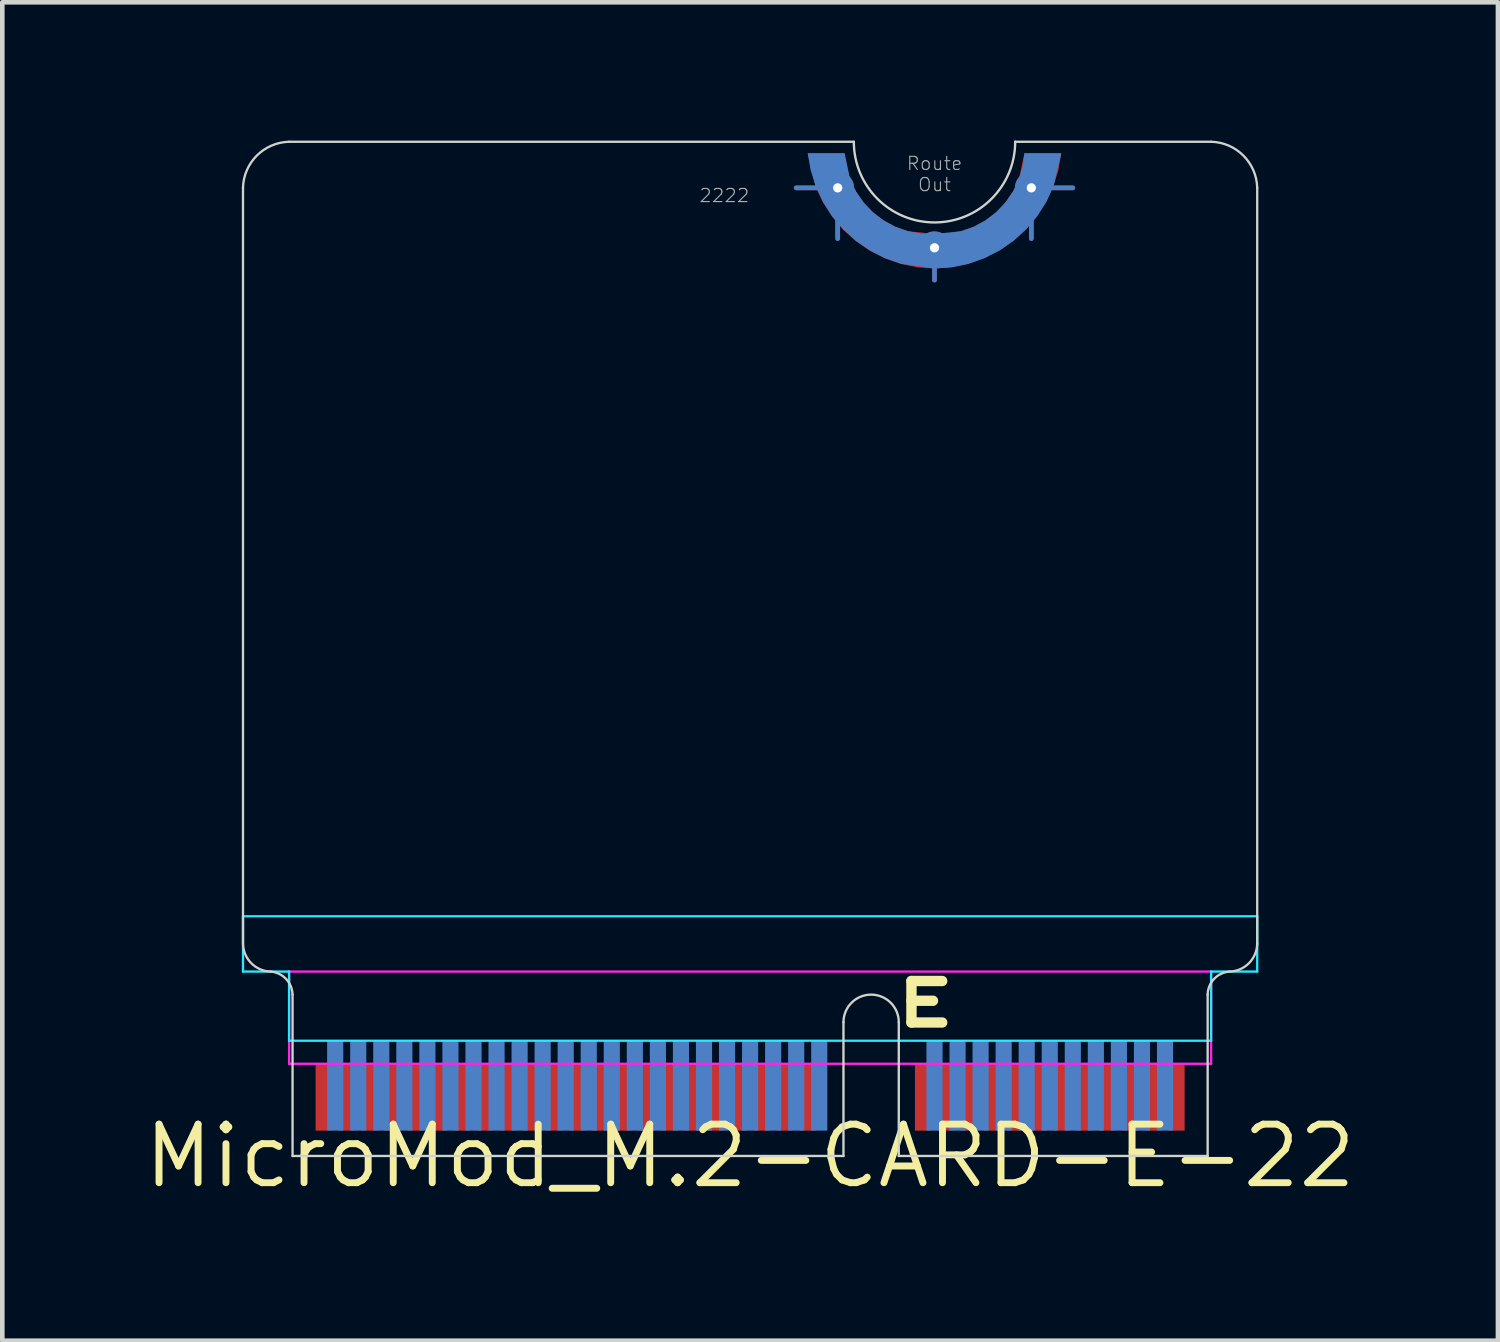
<source format=kicad_pcb>
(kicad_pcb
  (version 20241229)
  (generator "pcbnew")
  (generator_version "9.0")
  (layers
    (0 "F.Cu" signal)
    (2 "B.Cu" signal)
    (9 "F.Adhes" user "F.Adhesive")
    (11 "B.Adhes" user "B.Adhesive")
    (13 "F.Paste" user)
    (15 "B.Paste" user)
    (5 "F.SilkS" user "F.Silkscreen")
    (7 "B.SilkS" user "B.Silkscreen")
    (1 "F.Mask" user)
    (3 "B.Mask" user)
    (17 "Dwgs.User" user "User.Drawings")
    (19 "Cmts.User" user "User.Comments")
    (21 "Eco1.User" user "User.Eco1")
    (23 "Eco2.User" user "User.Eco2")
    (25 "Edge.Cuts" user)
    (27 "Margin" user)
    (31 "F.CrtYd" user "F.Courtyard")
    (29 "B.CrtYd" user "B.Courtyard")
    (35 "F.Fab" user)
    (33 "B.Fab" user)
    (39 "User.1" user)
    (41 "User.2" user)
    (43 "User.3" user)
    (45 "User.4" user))
  (footprint "MicroMod_M.2-CARD-E-22"
    (layer "F.Cu")
    (at 13.221 22.025)
    (property "Reference" "MicroMod_M.2-CARD-E-22" (at 0 0 0) (layer "F.SilkS") (effects (font (size 1.27 1.27) (thickness 0.15))))
    (attr exclude_from_pos_files exclude_from_bom)
    (fp_line (start 1.9 -21) (end 1 -21) (stroke (width 0.102) (type solid)) (layer "F.Cu"))
    (fp_line (start 1.9 -21) (end 1.9 -19.9) (stroke (width 0.102) (type solid)) (layer "F.Cu"))
    (fp_line (start 4 -19.7) (end 4 -19) (stroke (width 0.102) (type solid)) (layer "F.Cu"))
    (fp_line (start 6.1 -21) (end 6.1 -19.9) (stroke (width 0.102) (type solid)) (layer "F.Cu"))
    (fp_line (start 6.1 -21) (end 7 -21) (stroke (width 0.102) (type solid)) (layer "F.Cu"))
    (fp_poly (pts (xy 1.25 -21.75) (xy 2.05 -21.75) (xy 2.088 -21.462) (xy 2.171 -21.183) (xy 2.297 -20.921) (xy 2.462 -20.682) (xy 2.663 -20.471) (xy 2.893 -20.295) (xy 3.149 -20.156) (xy 3.423 -20.06) (xy 4 -20) (xy 4.291 -20.007) (xy 4.577 -20.06) (xy 4.851 -20.156) (xy 5.107 -20.295) (xy 5.337 -20.471) (xy 5.538 -20.682) (xy 5.703 -20.921) (xy 5.829 -21.183) (xy 5.95 -21.75) (xy 6.75 -21.75) (xy 6.687 -21.386) (xy 6.576 -21.034) (xy 6.42 -20.699) (xy 6.222 -20.388) (xy 5.983 -20.105) (xy 5.71 -19.857) (xy 5.406 -19.647) (xy 5.078 -19.478) (xy 4.73 -19.355) (xy 4.368 -19.278) (xy 4 -19.25) (xy 3.631 -19.276) (xy 3.268 -19.35) (xy 2.919 -19.473) (xy 2.589 -19.64) (xy 2.285 -19.85) (xy 2.011 -20.099) (xy 1.773 -20.383) (xy 1.574 -20.695) (xy 1.419 -21.031)) (stroke (width 0) (type solid)) (fill yes) (layer "F.Cu"))
    (fp_arc (start 6.75 -22) (mid 4 -19.25) (end 1.25 -22) (stroke (width 0.0508) (type solid)) (layer "F.Mask"))
    (fp_poly (pts (xy 1.25 -22) (xy 2.25 -22) (xy 2.277 -21.696) (xy 2.356 -21.401) (xy 2.484 -21.125) (xy 2.659 -20.875) (xy 2.875 -20.659) (xy 3.125 -20.484) (xy 3.401 -20.356) (xy 3.696 -20.277) (xy 4 -20.25) (xy 4.304 -20.277) (xy 4.599 -20.356) (xy 4.875 -20.484) (xy 5.125 -20.659) (xy 5.341 -20.875) (xy 5.516 -21.125) (xy 5.644 -21.401) (xy 5.75 -22) (xy 6.75 -22) (xy 6.726 -21.641) (xy 6.656 -21.288) (xy 6.541 -20.948) (xy 6.382 -20.625) (xy 6.182 -20.326) (xy 5.945 -20.055) (xy 5.674 -19.818) (xy 5.375 -19.618) (xy 5.052 -19.459) (xy 4.712 -19.344) (xy 4 -19.25) (xy 3.641 -19.274) (xy 3.288 -19.344) (xy 2.948 -19.459) (xy 2.625 -19.618) (xy 2.326 -19.818) (xy 2.055 -20.055) (xy 1.818 -20.326) (xy 1.618 -20.625) (xy 1.459 -20.948) (xy 1.344 -21.288) (xy 1.274 -21.641)) (stroke (width 0) (type solid)) (fill yes) (layer "F.Mask"))
    (fp_line (start 1.9 -21) (end 1 -21) (stroke (width 0.102) (type solid)) (layer "B.Cu"))
    (fp_line (start 1.9 -21) (end 1.9 -19.9) (stroke (width 0.102) (type solid)) (layer "B.Cu"))
    (fp_line (start 4 -19.7) (end 4 -19) (stroke (width 0.102) (type solid)) (layer "B.Cu"))
    (fp_line (start 6.1 -21) (end 6.1 -19.9) (stroke (width 0.102) (type solid)) (layer "B.Cu"))
    (fp_line (start 6.1 -21) (end 7 -21) (stroke (width 0.102) (type solid)) (layer "B.Cu"))
    (fp_poly (pts (xy 6.75 -21.75) (xy 5.95 -21.75) (xy 5.912 -21.462) (xy 5.829 -21.183) (xy 5.703 -20.921) (xy 5.538 -20.682) (xy 5.337 -20.471) (xy 5.107 -20.295) (xy 4.851 -20.156) (xy 4.577 -20.06) (xy 4 -20) (xy 3.709 -20.007) (xy 3.423 -20.06) (xy 3.149 -20.156) (xy 2.893 -20.295) (xy 2.663 -20.471) (xy 2.462 -20.682) (xy 2.297 -20.921) (xy 2.171 -21.183) (xy 2.05 -21.75) (xy 1.25 -21.75) (xy 1.25 -21.75) (xy 1.313 -21.386) (xy 1.424 -21.034) (xy 1.58 -20.699) (xy 1.778 -20.388) (xy 2.017 -20.105) (xy 2.29 -19.857) (xy 2.594 -19.647) (xy 2.922 -19.478) (xy 3.27 -19.355) (xy 4 -19.25) (xy 4 -19.25) (xy 4.369 -19.276) (xy 4.732 -19.35) (xy 5.081 -19.473) (xy 5.411 -19.64) (xy 5.715 -19.85) (xy 5.989 -20.099) (xy 6.227 -20.383) (xy 6.426 -20.695) (xy 6.581 -21.031)) (stroke (width 0) (type solid)) (fill yes) (layer "B.Cu"))
    (fp_arc (start 6.75 -22) (mid 4 -19.25) (end 1.25 -22) (stroke (width 0.0508) (type solid)) (layer "B.Mask"))
    (fp_poly (pts (xy 6.75 -22) (xy 5.75 -22) (xy 5.723 -21.696) (xy 5.644 -21.401) (xy 5.516 -21.125) (xy 5.341 -20.875) (xy 5.125 -20.659) (xy 4.875 -20.484) (xy 4.599 -20.356) (xy 4.304 -20.277) (xy 4 -20.25) (xy 3.696 -20.277) (xy 3.401 -20.356) (xy 3.125 -20.484) (xy 2.875 -20.659) (xy 2.659 -20.875) (xy 2.484 -21.125) (xy 2.356 -21.401) (xy 2.277 -21.696) (xy 2.25 -22) (xy 1.25 -22) (xy 1.274 -21.641) (xy 1.344 -21.288) (xy 1.459 -20.948) (xy 1.618 -20.625) (xy 1.818 -20.326) (xy 2.055 -20.055) (xy 2.326 -19.818) (xy 2.625 -19.618) (xy 2.948 -19.459) (xy 3.288 -19.344) (xy 3.641 -19.274) (xy 4 -19.25) (xy 4.359 -19.274) (xy 4.712 -19.344) (xy 5.052 -19.459) (xy 5.375 -19.618) (xy 5.674 -19.818) (xy 5.945 -20.055) (xy 6.182 -20.326) (xy 6.382 -20.625) (xy 6.541 -20.948) (xy 6.656 -21.288)) (stroke (width 0) (type solid)) (fill yes) (layer "B.Mask"))
    (fp_line (start -11 -21) (end -11 -4.6) (stroke (width 0.051) (type solid)) (layer "Edge.Cuts"))
    (fp_line (start -9.925 0) (end -9.925 -3.5) (stroke (width 0.051) (type solid)) (layer "Edge.Cuts"))
    (fp_line (start 2.025 -2.9) (end 2.025 0) (stroke (width 0.051) (type solid)) (layer "Edge.Cuts"))
    (fp_line (start 2.025 0) (end -9.925 0) (stroke (width 0.051) (type solid)) (layer "Edge.Cuts"))
    (fp_line (start 2.25 -22) (end -10 -22) (stroke (width 0.051) (type solid)) (layer "Edge.Cuts"))
    (fp_line (start 3.225 -2.9) (end 3.225 0) (stroke (width 0.051) (type solid)) (layer "Edge.Cuts"))
    (fp_line (start 9.925 -3.5) (end 9.925 0) (stroke (width 0.051) (type solid)) (layer "Edge.Cuts"))
    (fp_line (start 9.925 0) (end 3.225 0) (stroke (width 0.051) (type solid)) (layer "Edge.Cuts"))
    (fp_line (start 10 -22) (end 5.75 -22) (stroke (width 0.051) (type solid)) (layer "Edge.Cuts"))
    (fp_line (start 11 -21) (end 11 -4.6) (stroke (width 0.05) (type solid)) (layer "Edge.Cuts"))
    (fp_arc (start -11 -21) (mid -10.7 -21.7) (end -10 -22) (stroke (width 0.05) (type solid)) (layer "Edge.Cuts"))
    (fp_arc (start -10.400001 -3.999999) (mid -10.819362 -4.180638) (end -11 -4.6) (stroke (width 0.05) (type solid)) (layer "Edge.Cuts"))
    (fp_arc (start -10.4 -4) (mid -10.066759 -3.840954) (end -9.925 -3.5) (stroke (width 0.0508) (type solid)) (layer "Edge.Cuts"))
    (fp_arc (start 2.025 -2.9) (mid 2.625 -3.5) (end 3.225 -2.9) (stroke (width 0.0508) (type solid)) (layer "Edge.Cuts"))
    (fp_arc (start 5.75 -22) (mid 4 -20.25) (end 2.25 -22) (stroke (width 0.0508) (type solid)) (layer "Edge.Cuts"))
    (fp_arc (start 9.925 -3.5) (mid 10.065344 -3.842298) (end 10.4 -4) (stroke (width 0.0508) (type solid)) (layer "Edge.Cuts"))
    (fp_arc (start 10 -22) (mid 10.7 -21.7) (end 11 -21) (stroke (width 0.05) (type solid)) (layer "Edge.Cuts"))
    (fp_arc (start 10.999999 -4.599999) (mid 10.819361 -4.180638) (end 10.4 -4) (stroke (width 0.05) (type solid)) (layer "Edge.Cuts"))
    (fp_line (start -11 -5.2) (end -11 -4) (stroke (width 0.05) (type solid)) (layer "B.CrtYd"))
    (fp_line (start -11 -5.2) (end 11 -5.2) (stroke (width 0.05) (type solid)) (layer "B.CrtYd"))
    (fp_line (start -10 -4) (end -11 -4) (stroke (width 0.05) (type solid)) (layer "B.CrtYd"))
    (fp_line (start -10 -4) (end -10 -2.5) (stroke (width 0.05) (type solid)) (layer "B.CrtYd"))
    (fp_line (start -10 -2.5) (end 10 -2.5) (stroke (width 0.05) (type solid)) (layer "B.CrtYd"))
    (fp_line (start 10 -2.5) (end 10 -4) (stroke (width 0.05) (type solid)) (layer "B.CrtYd"))
    (fp_line (start 11 -4) (end 10 -4) (stroke (width 0.05) (type solid)) (layer "B.CrtYd"))
    (fp_line (start 11 -4) (end 11 -5.2) (stroke (width 0.05) (type solid)) (layer "B.CrtYd"))
    (fp_line (start -10 -4) (end 10 -4) (stroke (width 0.05) (type solid)) (layer "F.CrtYd"))
    (fp_line (start -10 -2) (end -10 -4) (stroke (width 0.05) (type solid)) (layer "F.CrtYd"))
    (fp_line (start -10 -2) (end 10 -2) (stroke (width 0.05) (type solid)) (layer "F.CrtYd"))
    (fp_line (start 10 -2) (end 10 -4) (stroke (width 0.05) (type solid)) (layer "F.CrtYd"))
    (fp_text user "E" (at 3.8 -3.3 0) (layer "F.SilkS") (effects (font (size 0.9 1.4) (thickness 0.225))))
    (fp_text user "2222" (at 0 -21 0) (layer "F.Fab") (effects (font (size 0.285 0.285) (thickness 0.024)) (justify right top)))
    (fp_text user "Route\nOut" (at 4 -21.3 0) (layer "F.Fab") (effects (font (size 0.285 0.285) (thickness 0.024))))
    (pad "1" smd rect (at 9.25 -1.275 180) (size 0.35 1.45) (layers "F.Cu" "F.Mask"))
    (pad "2" smd rect (at 9 -1.525) (size 0.35 1.95) (layers "B.Cu" "B.Mask"))
    (pad "3" smd rect (at 8.75 -1.275 180) (size 0.35 1.45) (layers "F.Cu" "F.Mask"))
    (pad "4" smd rect (at 8.5 -1.525) (size 0.35 1.95) (layers "B.Cu" "B.Mask"))
    (pad "5" smd rect (at 8.25 -1.275 180) (size 0.35 1.45) (layers "F.Cu" "F.Mask"))
    (pad "6" smd rect (at 8 -1.525) (size 0.35 1.95) (layers "B.Cu" "B.Mask"))
    (pad "7" smd rect (at 7.75 -1.275 180) (size 0.35 1.45) (layers "F.Cu" "F.Mask"))
    (pad "8" smd rect (at 7.5 -1.525) (size 0.35 1.95) (layers "B.Cu" "B.Mask"))
    (pad "9" smd rect (at 7.25 -1.275 180) (size 0.35 1.45) (layers "F.Cu" "F.Mask"))
    (pad "10" smd rect (at 7 -1.525) (size 0.35 1.95) (layers "B.Cu" "B.Mask"))
    (pad "11" smd rect (at 6.75 -1.275 180) (size 0.35 1.45) (layers "F.Cu" "F.Mask"))
    (pad "12" smd rect (at 6.5 -1.525) (size 0.35 1.95) (layers "B.Cu" "B.Mask"))
    (pad "13" smd rect (at 6.25 -1.275 180) (size 0.35 1.45) (layers "F.Cu" "F.Mask"))
    (pad "14" smd rect (at 6 -1.525) (size 0.35 1.95) (layers "B.Cu" "B.Mask"))
    (pad "15" smd rect (at 5.75 -1.275 180) (size 0.35 1.45) (layers "F.Cu" "F.Mask"))
    (pad "16" smd rect (at 5.5 -1.525) (size 0.35 1.95) (layers "B.Cu" "B.Mask"))
    (pad "17" smd rect (at 5.25 -1.275 180) (size 0.35 1.45) (layers "F.Cu" "F.Mask"))
    (pad "18" smd rect (at 5 -1.525) (size 0.35 1.95) (layers "B.Cu" "B.Mask"))
    (pad "19" smd rect (at 4.75 -1.275 180) (size 0.35 1.45) (layers "F.Cu" "F.Mask"))
    (pad "20" smd rect (at 4.5 -1.525) (size 0.35 1.95) (layers "B.Cu" "B.Mask"))
    (pad "21" smd rect (at 4.25 -1.275 180) (size 0.35 1.45) (layers "F.Cu" "F.Mask"))
    (pad "22" smd rect (at 4 -1.525) (size 0.35 1.95) (layers "B.Cu" "B.Mask"))
    (pad "23" smd rect (at 3.75 -1.275 180) (size 0.35 1.45) (layers "F.Cu" "F.Mask"))
    (pad "32" smd rect (at 1.5 -1.525) (size 0.35 1.95) (layers "B.Cu" "B.Mask"))
    (pad "33" smd rect (at 1.25 -1.275 180) (size 0.35 1.45) (layers "F.Cu" "F.Mask"))
    (pad "34" smd rect (at 1 -1.525) (size 0.35 1.95) (layers "B.Cu" "B.Mask"))
    (pad "35" smd rect (at 0.75 -1.275 180) (size 0.35 1.45) (layers "F.Cu" "F.Mask"))
    (pad "36" smd rect (at 0.5 -1.525) (size 0.35 1.95) (layers "B.Cu" "B.Mask"))
    (pad "37" smd rect (at 0.25 -1.275 180) (size 0.35 1.45) (layers "F.Cu" "F.Mask"))
    (pad "38" smd rect (at 0 -1.525) (size 0.35 1.95) (layers "B.Cu" "B.Mask"))
    (pad "39" smd rect (at -0.25 -1.275 180) (size 0.35 1.45) (layers "F.Cu" "F.Mask"))
    (pad "40" smd rect (at -0.5 -1.525) (size 0.35 1.95) (layers "B.Cu" "B.Mask"))
    (pad "41" smd rect (at -0.75 -1.275 180) (size 0.35 1.45) (layers "F.Cu" "F.Mask"))
    (pad "42" smd rect (at -1 -1.525) (size 0.35 1.95) (layers "B.Cu" "B.Mask"))
    (pad "43" smd rect (at -1.25 -1.275 180) (size 0.35 1.45) (layers "F.Cu" "F.Mask"))
    (pad "44" smd rect (at -1.5 -1.525) (size 0.35 1.95) (layers "B.Cu" "B.Mask"))
    (pad "45" smd rect (at -1.75 -1.275 180) (size 0.35 1.45) (layers "F.Cu" "F.Mask"))
    (pad "46" smd rect (at -2 -1.525) (size 0.35 1.95) (layers "B.Cu" "B.Mask"))
    (pad "47" smd rect (at -2.25 -1.275 180) (size 0.35 1.45) (layers "F.Cu" "F.Mask"))
    (pad "48" smd rect (at -2.5 -1.525) (size 0.35 1.95) (layers "B.Cu" "B.Mask"))
    (pad "49" smd rect (at -2.75 -1.275 180) (size 0.35 1.45) (layers "F.Cu" "F.Mask"))
    (pad "50" smd rect (at -3 -1.525) (size 0.35 1.95) (layers "B.Cu" "B.Mask"))
    (pad "51" smd rect (at -3.25 -1.275 180) (size 0.35 1.45) (layers "F.Cu" "F.Mask"))
    (pad "52" smd rect (at -3.5 -1.525) (size 0.35 1.95) (layers "B.Cu" "B.Mask"))
    (pad "53" smd rect (at -3.75 -1.275 180) (size 0.35 1.45) (layers "F.Cu" "F.Mask"))
    (pad "54" smd rect (at -4 -1.525) (size 0.35 1.95) (layers "B.Cu" "B.Mask"))
    (pad "55" smd rect (at -4.25 -1.275 180) (size 0.35 1.45) (layers "F.Cu" "F.Mask"))
    (pad "56" smd rect (at -4.5 -1.525) (size 0.35 1.95) (layers "B.Cu" "B.Mask"))
    (pad "57" smd rect (at -4.75 -1.275 180) (size 0.35 1.45) (layers "F.Cu" "F.Mask"))
    (pad "58" smd rect (at -5 -1.525) (size 0.35 1.95) (layers "B.Cu" "B.Mask"))
    (pad "59" smd rect (at -5.25 -1.275 180) (size 0.35 1.45) (layers "F.Cu" "F.Mask"))
    (pad "60" smd rect (at -5.5 -1.525) (size 0.35 1.95) (layers "B.Cu" "B.Mask"))
    (pad "61" smd rect (at -5.75 -1.275 180) (size 0.35 1.45) (layers "F.Cu" "F.Mask"))
    (pad "62" smd rect (at -6 -1.525) (size 0.35 1.95) (layers "B.Cu" "B.Mask"))
    (pad "63" smd rect (at -6.25 -1.275 180) (size 0.35 1.45) (layers "F.Cu" "F.Mask"))
    (pad "64" smd rect (at -6.5 -1.525) (size 0.35 1.95) (layers "B.Cu" "B.Mask"))
    (pad "65" smd rect (at -6.75 -1.275 180) (size 0.35 1.45) (layers "F.Cu" "F.Mask"))
    (pad "66" smd rect (at -7 -1.525) (size 0.35 1.95) (layers "B.Cu" "B.Mask"))
    (pad "67" smd rect (at -7.25 -1.275 180) (size 0.35 1.45) (layers "F.Cu" "F.Mask"))
    (pad "68" smd rect (at -7.5 -1.525) (size 0.35 1.95) (layers "B.Cu" "B.Mask"))
    (pad "69" smd rect (at -7.75 -1.275 180) (size 0.35 1.45) (layers "F.Cu" "F.Mask"))
    (pad "70" smd rect (at -8 -1.525) (size 0.35 1.95) (layers "B.Cu" "B.Mask"))
    (pad "71" smd rect (at -8.25 -1.275 180) (size 0.35 1.45) (layers "F.Cu" "F.Mask"))
    (pad "72" smd rect (at -8.5 -1.525) (size 0.35 1.95) (layers "B.Cu" "B.Mask"))
    (pad "73" smd rect (at -8.75 -1.275 180) (size 0.35 1.45) (layers "F.Cu" "F.Mask"))
    (pad "74" smd rect (at -9 -1.525) (size 0.35 1.95) (layers "B.Cu" "B.Mask"))
    (pad "75" smd rect (at -9.25 -1.275 180) (size 0.35 1.45) (layers "F.Cu" "F.Mask"))
    (pad "GND1" thru_hole circle (at 1.9 -21) (size 0.708 0.708) (drill 0.2) (layers "*.Cu" "*.Mask"))
    (pad "GND2" thru_hole circle (at 4 -19.7) (size 0.708 0.708) (drill 0.2) (layers "*.Cu" "*.Mask"))
    (pad "GND3" thru_hole circle (at 6.1 -21) (size 0.708 0.708) (drill 0.2) (layers "*.Cu" "*.Mask")))
  (gr_rect
    (start -3 -3)
    (end 29.443 26.032)
    (stroke (width 0.1) (type default))
    (fill no)
    (layer "Edge.Cuts")))
</source>
